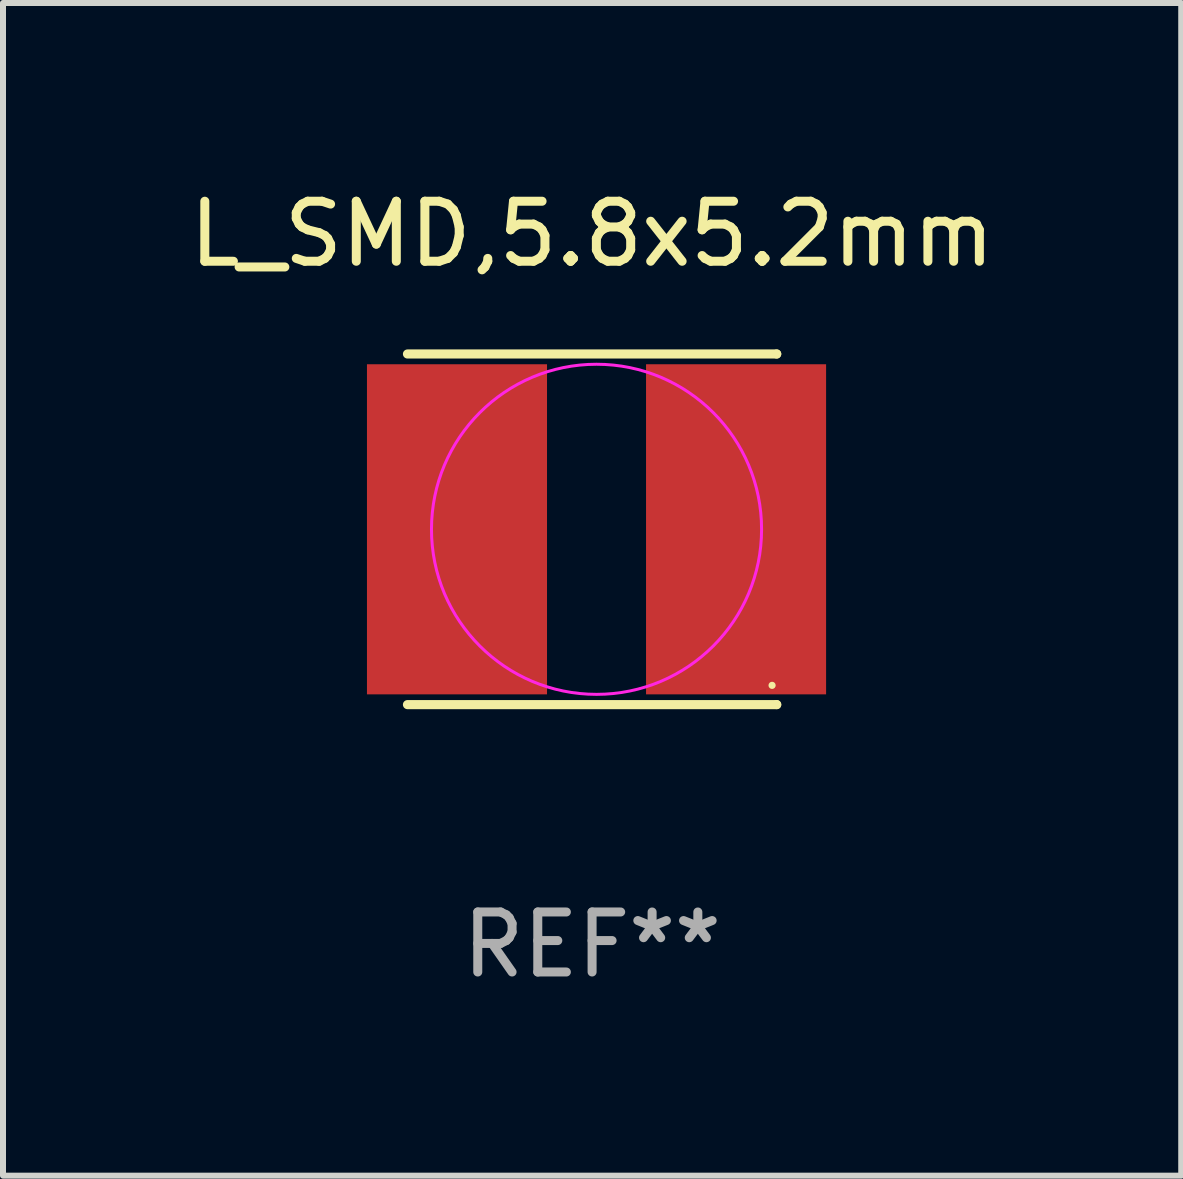
<source format=kicad_pcb>
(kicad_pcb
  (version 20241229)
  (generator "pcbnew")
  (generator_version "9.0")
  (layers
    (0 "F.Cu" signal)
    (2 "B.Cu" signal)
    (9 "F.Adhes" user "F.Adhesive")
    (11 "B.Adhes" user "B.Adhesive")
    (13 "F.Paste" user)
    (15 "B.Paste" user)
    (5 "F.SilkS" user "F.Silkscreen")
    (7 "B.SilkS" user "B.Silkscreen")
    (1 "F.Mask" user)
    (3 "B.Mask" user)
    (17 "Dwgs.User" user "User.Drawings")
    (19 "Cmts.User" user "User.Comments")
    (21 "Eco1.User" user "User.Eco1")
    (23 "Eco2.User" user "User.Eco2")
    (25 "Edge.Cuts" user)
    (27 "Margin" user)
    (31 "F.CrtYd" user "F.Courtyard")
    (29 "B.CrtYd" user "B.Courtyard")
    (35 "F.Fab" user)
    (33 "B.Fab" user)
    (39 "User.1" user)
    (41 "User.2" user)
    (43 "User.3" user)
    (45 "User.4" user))
  (footprint "L_SMD,5.8x5.2mm"
    (layer "F.Cu")
    (at 6.889 5.769)
    (property "Reference" "L_SMD,5.8x5.2mm" (at -0.074 -4.921 0) (layer "F.SilkS") (effects (font (size 1 1) (thickness 0.15))))
    (attr smd)
    (fp_line (start -3.15 2.921) (end 3.002 2.921) (stroke (width 0.152) (type solid)) (layer "F.SilkS"))
    (fp_line (start -3.15 -2.921) (end 3.002 -2.921) (stroke (width 0.152) (type solid)) (layer "F.SilkS"))
    (fp_line (start 3.002 2.921) (end 3.002 2.921) (stroke (width 0.152) (type solid)) (layer "F.SilkS"))
    (fp_line (start 3.002 -2.921) (end 3.002 -2.921) (stroke (width 0.152) (type solid)) (layer "F.SilkS"))
    (fp_circle (center 2.925 2.6) (end 2.955 2.6) (stroke (width 0.06) (type solid)) (fill no) (layer "F.SilkS"))
    (fp_circle (center 0 0) (end -2.75 0) (stroke (width 0.05) (type default)) (fill no) (layer "F.CrtYd"))
    (fp_text user "REF**" (at -0.074 6.921 0) (layer "F.Fab") (effects (font (size 1 1) (thickness 0.15))))
    (pad "1" smd rect (at 2.325 0) (size 3 5.5) (layers "F.Cu" "F.Mask" "F.Paste"))
    (pad "2" smd rect (at -2.325 0) (size 3 5.5) (layers "F.Cu" "F.Mask" "F.Paste")))
  (gr_rect
    (start -3 -3)
    (end 16.631 16.538)
    (stroke (width 0.1) (type default))
    (fill no)
    (layer "Edge.Cuts")))
</source>
